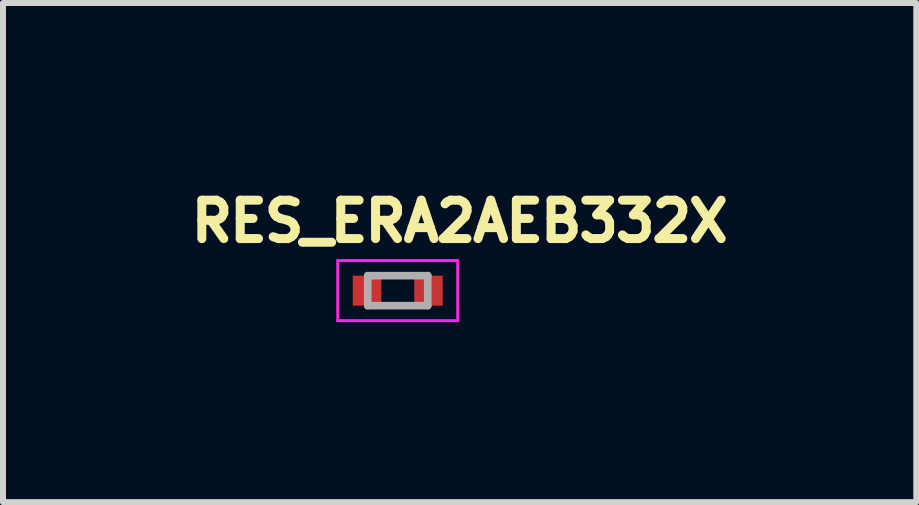
<source format=kicad_pcb>
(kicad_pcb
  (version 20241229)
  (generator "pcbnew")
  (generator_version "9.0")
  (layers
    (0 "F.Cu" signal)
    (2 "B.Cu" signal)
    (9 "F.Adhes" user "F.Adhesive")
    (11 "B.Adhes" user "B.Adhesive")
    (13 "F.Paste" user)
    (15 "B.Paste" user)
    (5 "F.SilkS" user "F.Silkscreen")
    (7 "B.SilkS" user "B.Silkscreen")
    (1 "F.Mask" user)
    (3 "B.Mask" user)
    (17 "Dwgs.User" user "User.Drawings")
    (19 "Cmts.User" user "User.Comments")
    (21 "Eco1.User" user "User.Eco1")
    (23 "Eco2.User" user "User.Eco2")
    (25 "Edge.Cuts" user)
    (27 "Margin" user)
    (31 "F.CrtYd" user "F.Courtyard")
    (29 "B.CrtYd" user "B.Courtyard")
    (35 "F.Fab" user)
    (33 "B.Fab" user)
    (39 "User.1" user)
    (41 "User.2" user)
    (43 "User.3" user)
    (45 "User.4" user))
  (footprint "RES_ERA2AEB332X"
    (layer "F.Cu")
    (at 3.579 1.794)
    (property "Reference" "RES_ERA2AEB332X" (at 1.032 -1.156 0) (layer "F.SilkS") (effects (font (size 0.64 0.64) (thickness 0.15))))
    (attr smd)
    (fp_line (start -1 -0.5) (end -1 0.5) (stroke (width 0.05) (type solid)) (layer "F.CrtYd"))
    (fp_line (start -1 0.5) (end 1 0.5) (stroke (width 0.05) (type solid)) (layer "F.CrtYd"))
    (fp_line (start 1 -0.5) (end -1 -0.5) (stroke (width 0.05) (type solid)) (layer "F.CrtYd"))
    (fp_line (start 1 0.5) (end 1 -0.5) (stroke (width 0.05) (type solid)) (layer "F.CrtYd"))
    (fp_line (start -0.5 -0.25) (end -0.5 0.25) (stroke (width 0.127) (type solid)) (layer "F.Fab"))
    (fp_line (start -0.5 -0.25) (end 0.5 -0.25) (stroke (width 0.127) (type solid)) (layer "F.Fab"))
    (fp_line (start -0.5 0.25) (end 0.5 0.25) (stroke (width 0.127) (type solid)) (layer "F.Fab"))
    (fp_line (start 0.5 -0.25) (end 0.5 0.25) (stroke (width 0.127) (type solid)) (layer "F.Fab"))
    (pad "1" smd rect (at -0.512 0) (size 0.475 0.5) (layers "F.Cu" "F.Mask" "F.Paste"))
    (pad "2" smd rect (at 0.512 0) (size 0.475 0.5) (layers "F.Cu" "F.Mask" "F.Paste")))
  (gr_rect
    (start -3 -3)
    (end 12.221 5.319)
    (stroke (width 0.1) (type default))
    (fill no)
    (layer "Edge.Cuts")))
</source>
